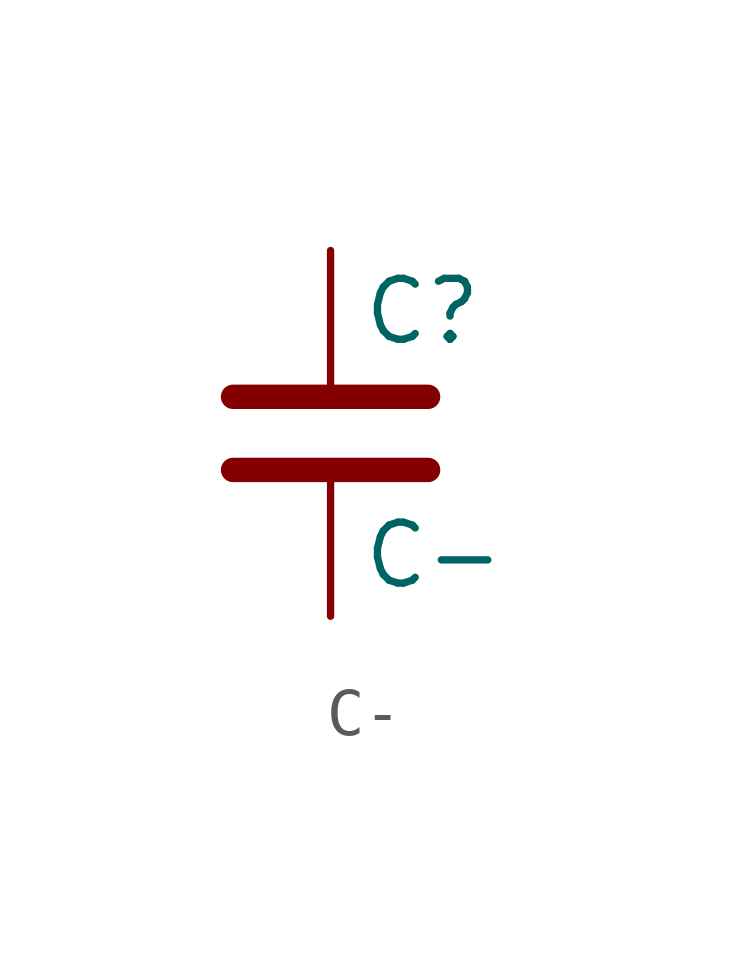
<source format=kicad_sym>
(kicad_symbol_lib
  (version 20220914)
  (generator kicad_symbol_editor)
  (symbol "C-"
    (pin_numbers hide)
    (pin_names
      (offset 0.254))
    (property "Reference" "C"
      (at 0.635 2.54 0)
      (effects (font (size 1.27 1.27)) (justify left)))
    (property "Value" "C-"
      (at 0.635 -2.54 0)
      (effects (font (size 1.27 1.27)) (justify left)))
    (symbol "C-_0_1"
      (polyline (pts (xy -2.032 -0.762) (xy 2.032 -0.762)) (stroke (width 0.508) (type solid)) (fill (type none)))
      (polyline (pts (xy -2.032 0.762) (xy 2.032 0.762)) (stroke (width 0.508) (type solid)) (fill (type none))))
    (symbol "C-_1_1"
      (pin passive line (at 0 3.81 270) (length 2.794) (name "~" (effects (font (size 1.27 1.27)))) (number "1" (effects (font (size 1.27 1.27)))))
      (pin passive line (at 0 -3.81 90) (length 2.794) (name "~" (effects (font (size 1.27 1.27)))) (number "2" (effects (font (size 1.27 1.27))))))))
</source>
